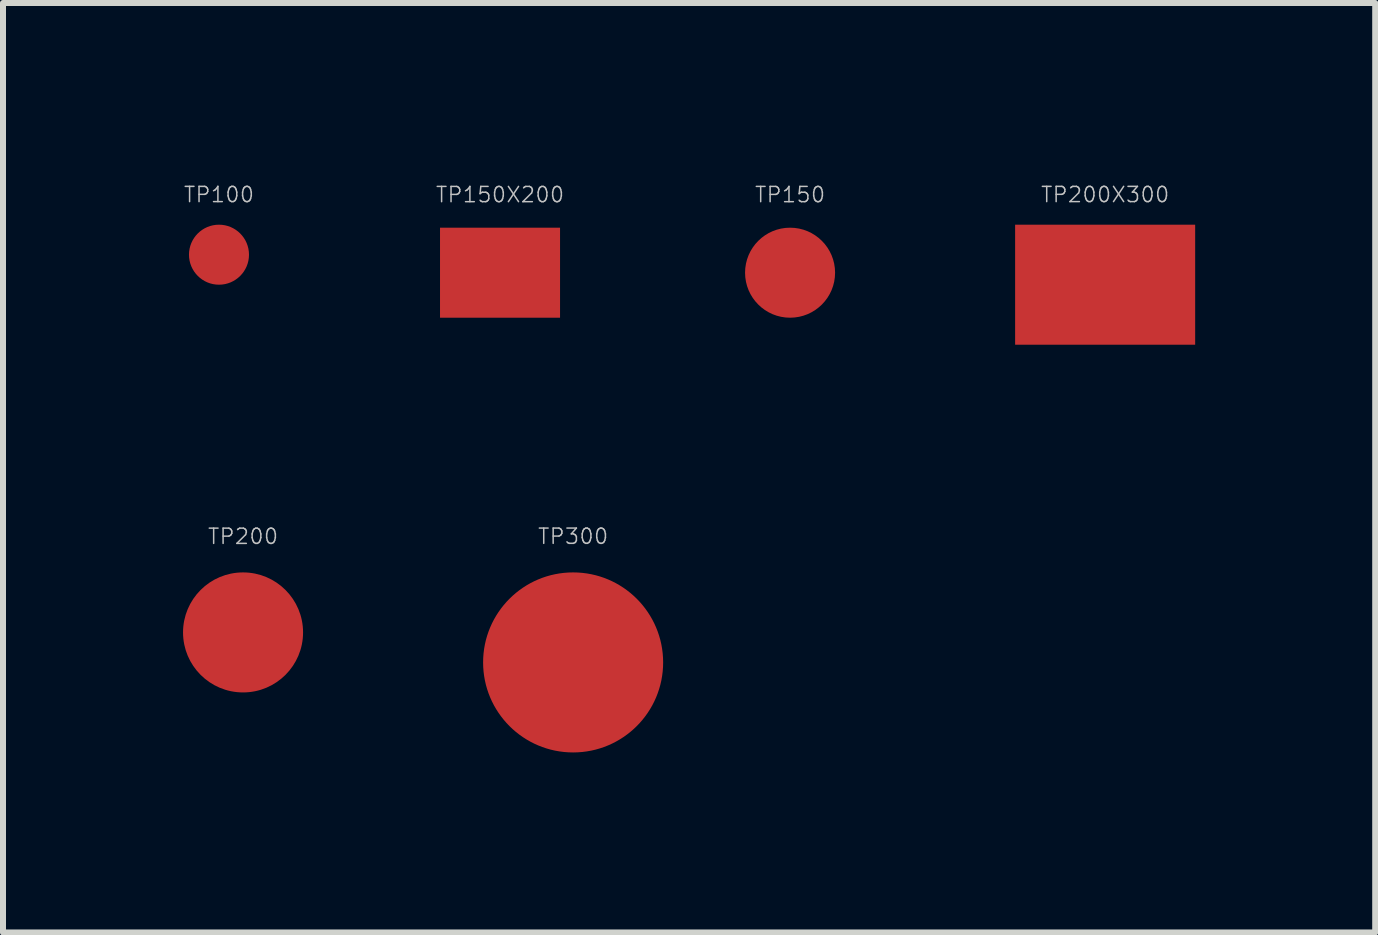
<source format=kicad_pcb>
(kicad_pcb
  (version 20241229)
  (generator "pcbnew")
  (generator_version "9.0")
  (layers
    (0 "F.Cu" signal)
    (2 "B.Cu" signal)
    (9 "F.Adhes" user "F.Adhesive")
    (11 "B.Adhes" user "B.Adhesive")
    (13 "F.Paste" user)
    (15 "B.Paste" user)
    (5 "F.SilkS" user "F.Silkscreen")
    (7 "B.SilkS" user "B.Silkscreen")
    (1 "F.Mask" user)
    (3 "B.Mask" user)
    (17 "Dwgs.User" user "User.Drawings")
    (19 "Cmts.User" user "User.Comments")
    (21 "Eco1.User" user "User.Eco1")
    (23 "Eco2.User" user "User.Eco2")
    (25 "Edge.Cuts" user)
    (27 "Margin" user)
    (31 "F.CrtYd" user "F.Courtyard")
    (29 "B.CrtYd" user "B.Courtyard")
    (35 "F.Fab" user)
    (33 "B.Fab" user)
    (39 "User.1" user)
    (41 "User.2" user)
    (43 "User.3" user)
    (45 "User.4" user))
  (footprint "TP150"
    (layer "F.Cu")
    (at 10.115 1.494)
    (property "Reference" "TP150" (at 0 -1.3 0) (layer "Dwgs.User") (effects (font (size 0.254 0.254) (thickness 0.025))))
    (attr smd)
    (pad "1" smd circle (at 0 0) (size 1.5 1.5) (layers "F.Cu" "F.Mask" "F.Paste")))
  (footprint "TP150X200"
    (layer "F.Cu")
    (at 5.282 1.494)
    (property "Reference" "TP150X200" (at 0 -1.3 0) (layer "Dwgs.User") (effects (font (size 0.254 0.254) (thickness 0.025))))
    (attr smd)
    (pad "1" smd rect (at 0 0) (size 2 1.5) (layers "F.Cu" "F.Mask" "F.Paste")))
  (footprint "TP200"
    (layer "F.Cu")
    (at 1 7.488)
    (property "Reference" "TP200" (at 0 -1.6 0) (layer "Dwgs.User") (effects (font (size 0.254 0.254) (thickness 0.025))))
    (attr smd)
    (pad "1" smd circle (at 0 0) (size 2 2) (layers "F.Cu" "F.Mask" "F.Paste")))
  (footprint "TP100"
    (layer "F.Cu")
    (at 0.599 1.194)
    (property "Reference" "TP100" (at 0 -1.001 0) (layer "Dwgs.User") (effects (font (size 0.254 0.254) (thickness 0.025))))
    (attr smd)
    (pad "1" smd circle (at 0 0) (size 1 1) (layers "F.Cu" "F.Mask" "F.Paste")))
  (footprint "TP300"
    (layer "F.Cu")
    (at 6.5 7.988)
    (property "Reference" "TP300" (at 0 -2.101 0) (layer "Dwgs.User") (effects (font (size 0.254 0.254) (thickness 0.025))))
    (attr smd)
    (pad "1" smd circle (at 0 0) (size 3 3) (layers "F.Cu" "F.Mask" "F.Paste")))
  (footprint "TP200X300"
    (layer "F.Cu")
    (at 15.365 1.694)
    (property "Reference" "TP200X300" (at 0 -1.501 0) (layer "Dwgs.User") (effects (font (size 0.254 0.254) (thickness 0.025))))
    (attr smd)
    (pad "1" smd rect (at 0 0) (size 3 2) (layers "F.Cu" "F.Mask" "F.Paste")))
  (gr_rect
    (start -3 -3)
    (end 19.865 12.488)
    (stroke (width 0.1) (type default))
    (fill no)
    (layer "Edge.Cuts")))
</source>
